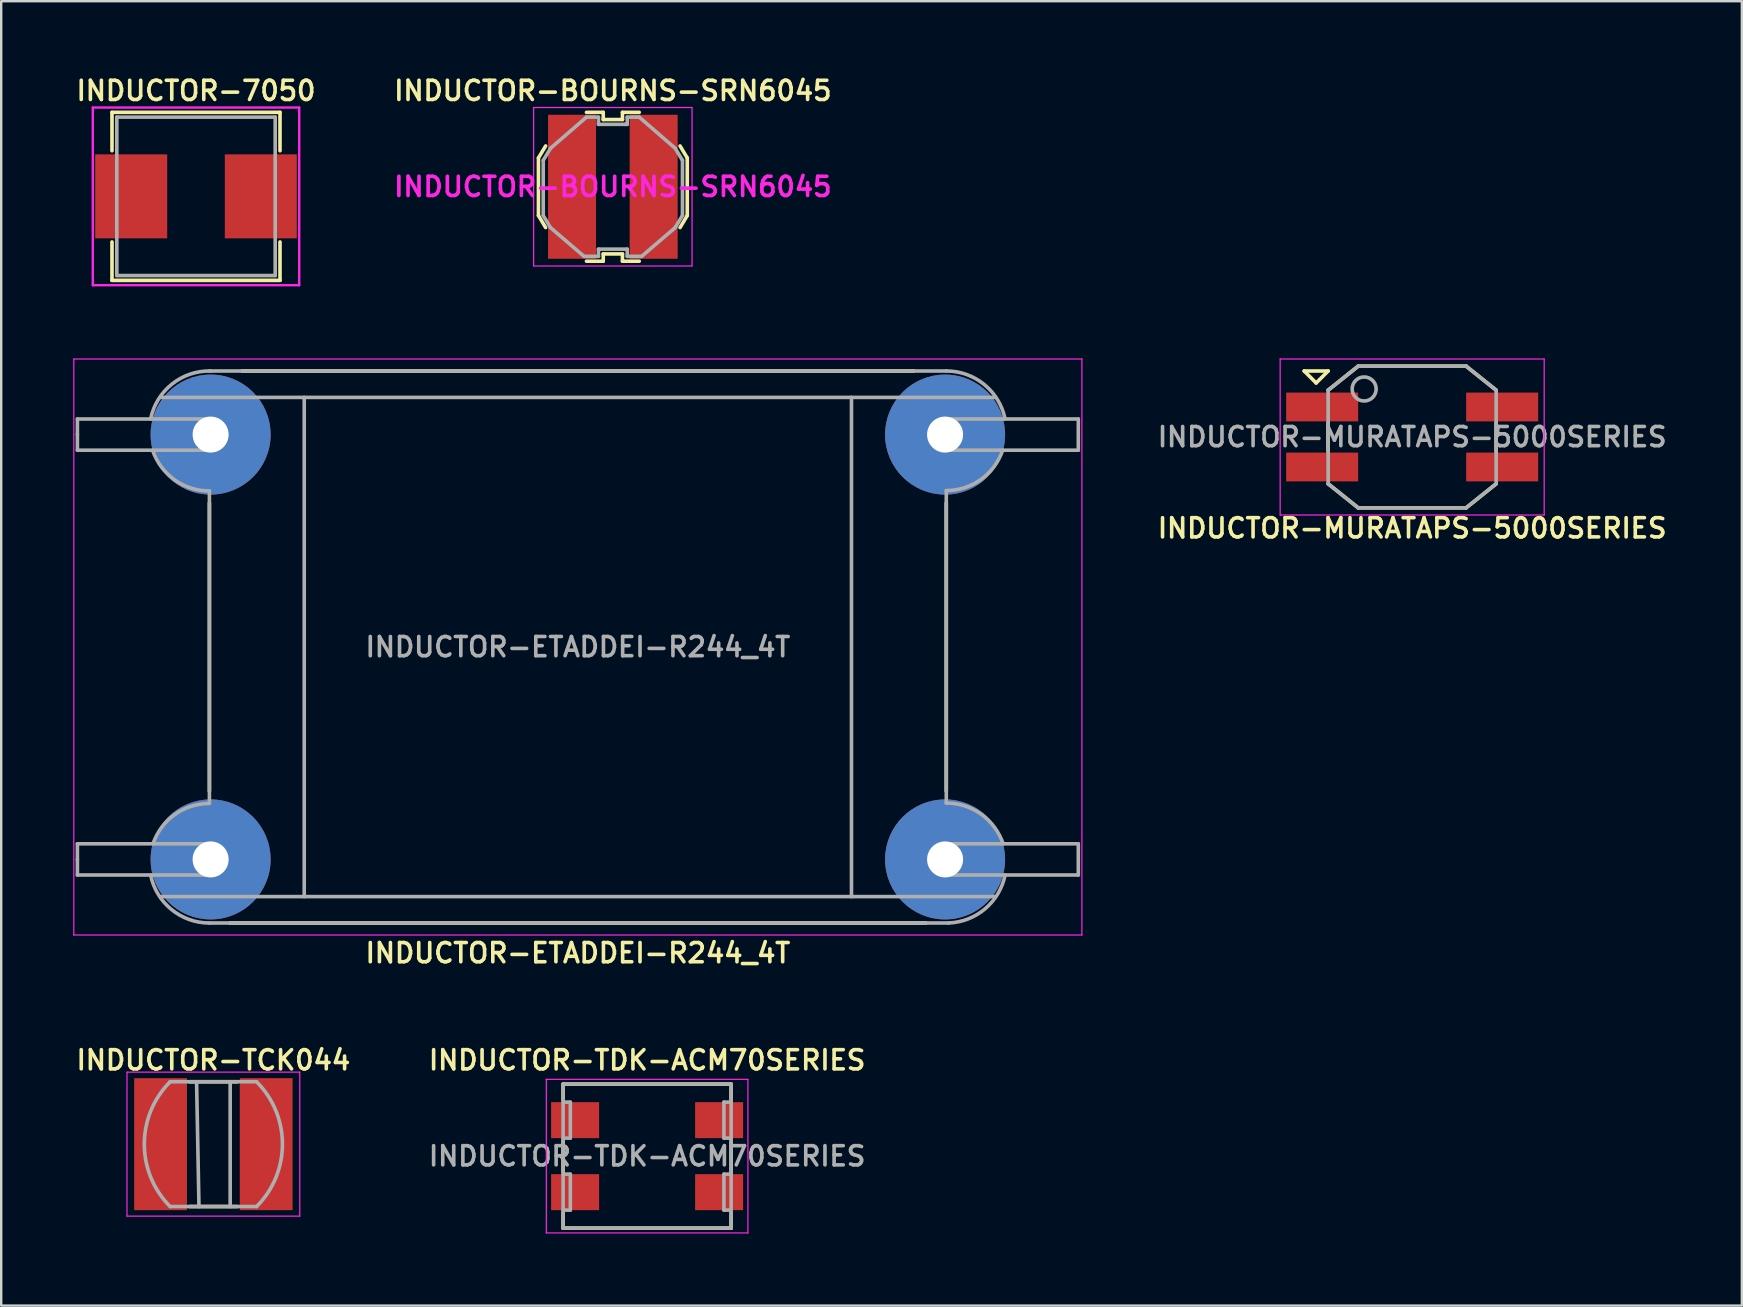
<source format=kicad_pcb>
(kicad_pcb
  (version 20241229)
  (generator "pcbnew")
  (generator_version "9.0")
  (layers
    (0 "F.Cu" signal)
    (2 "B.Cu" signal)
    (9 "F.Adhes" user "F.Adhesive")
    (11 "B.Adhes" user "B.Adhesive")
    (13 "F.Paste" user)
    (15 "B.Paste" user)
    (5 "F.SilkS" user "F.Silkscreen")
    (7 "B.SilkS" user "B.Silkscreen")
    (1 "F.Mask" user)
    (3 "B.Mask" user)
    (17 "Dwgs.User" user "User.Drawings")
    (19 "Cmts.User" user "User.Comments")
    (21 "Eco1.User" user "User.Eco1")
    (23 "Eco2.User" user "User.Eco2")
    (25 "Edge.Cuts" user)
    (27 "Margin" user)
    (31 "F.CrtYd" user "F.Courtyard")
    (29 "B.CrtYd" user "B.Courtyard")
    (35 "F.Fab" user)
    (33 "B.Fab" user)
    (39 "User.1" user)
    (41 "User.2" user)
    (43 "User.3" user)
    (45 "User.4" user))
  (footprint "INDUCTOR-MURATAPS-5000SERIES"
    (layer "F.Cu")
    (at 55.785 15.156)
    (property "Reference" "INDUCTOR-MURATAPS-5000SERIES" (at 0 3.8 0) (layer "F.SilkS") (effects (font (size 0.8 0.8) (thickness 0.15))))
    (attr smd)
    (fp_line (start -4.5 -2.75) (end -3.5 -2.75) (stroke (width 0.15) (type solid)) (layer "F.SilkS"))
    (fp_line (start -4 -2.25) (end -4.5 -2.75) (stroke (width 0.15) (type solid)) (layer "F.SilkS"))
    (fp_line (start -3.5 -2.75) (end -4 -2.25) (stroke (width 0.15) (type solid)) (layer "F.SilkS"))
    (fp_line (start -3.5 -1.95) (end -2.25 -2.95) (stroke (width 0.15) (type solid)) (layer "F.SilkS"))
    (fp_line (start -3.5 -0.6) (end -3.5 0.6) (stroke (width 0.15) (type solid)) (layer "F.SilkS"))
    (fp_line (start -3.5 1.95) (end -2.25 2.95) (stroke (width 0.15) (type solid)) (layer "F.SilkS"))
    (fp_line (start -2.25 -2.95) (end 2.25 -2.95) (stroke (width 0.15) (type solid)) (layer "F.SilkS"))
    (fp_line (start -2.25 2.95) (end 2.25 2.95) (stroke (width 0.15) (type solid)) (layer "F.SilkS"))
    (fp_line (start 2.25 -2.95) (end 3.5 -1.95) (stroke (width 0.15) (type solid)) (layer "F.SilkS"))
    (fp_line (start 2.25 2.95) (end 3.5 1.95) (stroke (width 0.15) (type solid)) (layer "F.SilkS"))
    (fp_line (start 3.5 -0.6) (end 3.5 0.6) (stroke (width 0.15) (type solid)) (layer "F.SilkS"))
    (fp_line (start -5.5 -3.25) (end 5.5 -3.25) (stroke (width 0.05) (type solid)) (layer "F.CrtYd"))
    (fp_line (start -5.5 3.25) (end -5.5 -3.25) (stroke (width 0.05) (type solid)) (layer "F.CrtYd"))
    (fp_line (start 5.5 -3.25) (end 5.5 3.25) (stroke (width 0.05) (type solid)) (layer "F.CrtYd"))
    (fp_line (start 5.5 3.25) (end -5.5 3.25) (stroke (width 0.05) (type solid)) (layer "F.CrtYd"))
    (fp_line (start -3.5 -1.95) (end -3.5 1.95) (stroke (width 0.15) (type solid)) (layer "F.Fab"))
    (fp_line (start -3.5 -1.95) (end -2.25 -2.95) (stroke (width 0.15) (type solid)) (layer "F.Fab"))
    (fp_line (start -3.5 1.95) (end -2.25 2.95) (stroke (width 0.15) (type solid)) (layer "F.Fab"))
    (fp_line (start -2.25 2.95) (end 2.25 2.95) (stroke (width 0.15) (type solid)) (layer "F.Fab"))
    (fp_line (start 2.25 -2.95) (end -2.25 -2.95) (stroke (width 0.15) (type solid)) (layer "F.Fab"))
    (fp_line (start 2.25 -2.95) (end 3.5 -1.95) (stroke (width 0.15) (type solid)) (layer "F.Fab"))
    (fp_line (start 3.5 1.95) (end 2.25 2.95) (stroke (width 0.15) (type solid)) (layer "F.Fab"))
    (fp_line (start 3.5 1.95) (end 3.5 -1.95) (stroke (width 0.15) (type solid)) (layer "F.Fab"))
    (fp_circle (center -2 -2) (end -1.5 -2) (stroke (width 0.15) (type solid)) (fill no) (layer "F.Fab"))
    (fp_text user "${REFERENCE}" (at 0 0 0) (layer "F.Fab") (effects (font (size 0.8 0.8) (thickness 0.15))))
    (pad "1" smd rect (at -3.75 -1.25) (size 3 1.2) (layers "F.Cu" "F.Mask" "F.Paste"))
    (pad "2" smd rect (at -3.75 1.25) (size 3 1.2) (layers "F.Cu" "F.Mask" "F.Paste"))
    (pad "3" smd rect (at 3.75 1.25) (size 3 1.2) (layers "F.Cu" "F.Mask" "F.Paste"))
    (pad "4" smd rect (at 3.75 -1.25) (size 3 1.2) (layers "F.Cu" "F.Mask" "F.Paste")))
  (footprint "INDUCTOR-BOURNS-SRN6045"
    (layer "F.Cu")
    (at 22.483 4.731)
    (property "Reference" "INDUCTOR-BOURNS-SRN6045" (at 0 -4 0) (layer "F.SilkS") (effects (font (size 0.8 0.8) (thickness 0.15))))
    (attr through_hole)
    (fp_line (start -3.1 -1.2) (end -3.1 1.2) (stroke (width 0.15) (type solid)) (layer "F.SilkS"))
    (fp_line (start -3.1 1.2) (end -2.8 1.7) (stroke (width 0.15) (type solid)) (layer "F.SilkS"))
    (fp_line (start -2.8 -1.7) (end -3.1 -1.2) (stroke (width 0.15) (type solid)) (layer "F.SilkS"))
    (fp_line (start -1.1 -3.1) (end -0.4 -3.1) (stroke (width 0.15) (type solid)) (layer "F.SilkS"))
    (fp_line (start -0.4 -3.1) (end -0.4 -2.8) (stroke (width 0.15) (type solid)) (layer "F.SilkS"))
    (fp_line (start -0.4 -2.8) (end 0.4 -2.8) (stroke (width 0.15) (type solid)) (layer "F.SilkS"))
    (fp_line (start -0.4 2.8) (end -0.4 3.1) (stroke (width 0.15) (type solid)) (layer "F.SilkS"))
    (fp_line (start -0.4 3.1) (end -1.1 3.1) (stroke (width 0.15) (type solid)) (layer "F.SilkS"))
    (fp_line (start 0.4 -3.1) (end 1.1 -3.1) (stroke (width 0.15) (type solid)) (layer "F.SilkS"))
    (fp_line (start 0.4 -2.8) (end 0.4 -3.1) (stroke (width 0.15) (type solid)) (layer "F.SilkS"))
    (fp_line (start 0.4 2.8) (end -0.4 2.8) (stroke (width 0.15) (type solid)) (layer "F.SilkS"))
    (fp_line (start 0.4 3.1) (end 0.4 2.8) (stroke (width 0.15) (type solid)) (layer "F.SilkS"))
    (fp_line (start 1.1 3.1) (end 0.4 3.1) (stroke (width 0.15) (type solid)) (layer "F.SilkS"))
    (fp_line (start 3.1 -1.2) (end 2.8 -1.7) (stroke (width 0.15) (type solid)) (layer "F.SilkS"))
    (fp_line (start 3.1 -1.2) (end 3.1 1.2) (stroke (width 0.15) (type solid)) (layer "F.SilkS"))
    (fp_line (start 3.1 1.2) (end 2.8 1.7) (stroke (width 0.15) (type solid)) (layer "F.SilkS"))
    (fp_line (start -3.3 -3.3) (end -3.3 3.3) (stroke (width 0.05) (type solid)) (layer "F.CrtYd"))
    (fp_line (start -3.3 3.3) (end 3.3 3.3) (stroke (width 0.05) (type solid)) (layer "F.CrtYd"))
    (fp_line (start 3.3 -3.3) (end -3.3 -3.3) (stroke (width 0.05) (type solid)) (layer "F.CrtYd"))
    (fp_line (start 3.3 3.3) (end 3.3 -3.3) (stroke (width 0.05) (type solid)) (layer "F.CrtYd"))
    (fp_line (start -2.9 -1.1) (end -2.6 -1.6) (stroke (width 0.15) (type solid)) (layer "F.Fab"))
    (fp_line (start -2.9 1.2) (end -2.9 -1.1) (stroke (width 0.15) (type solid)) (layer "F.Fab"))
    (fp_line (start -2.6 -1.6) (end -1.1 -2.9) (stroke (width 0.15) (type solid)) (layer "F.Fab"))
    (fp_line (start -2.6 1.7) (end -2.9 1.2) (stroke (width 0.15) (type solid)) (layer "F.Fab"))
    (fp_line (start -1.2 2.9) (end -2.6 1.7) (stroke (width 0.15) (type solid)) (layer "F.Fab"))
    (fp_line (start -1.2 2.9) (end -0.6 2.9) (stroke (width 0.15) (type solid)) (layer "F.Fab"))
    (fp_line (start -1.1 -2.9) (end -0.6 -2.9) (stroke (width 0.15) (type solid)) (layer "F.Fab"))
    (fp_line (start -0.6 -2.9) (end -0.6 -2.6) (stroke (width 0.15) (type solid)) (layer "F.Fab"))
    (fp_line (start -0.6 -2.6) (end 0.5 -2.6) (stroke (width 0.15) (type solid)) (layer "F.Fab"))
    (fp_line (start -0.6 2.6) (end 0.6 2.6) (stroke (width 0.15) (type solid)) (layer "F.Fab"))
    (fp_line (start -0.6 2.9) (end -0.6 2.6) (stroke (width 0.15) (type solid)) (layer "F.Fab"))
    (fp_line (start 0.5 -2.6) (end 0.6 -2.6) (stroke (width 0.15) (type solid)) (layer "F.Fab"))
    (fp_line (start 0.6 -2.9) (end 1.1 -2.9) (stroke (width 0.15) (type solid)) (layer "F.Fab"))
    (fp_line (start 0.6 -2.6) (end 0.6 -2.9) (stroke (width 0.15) (type solid)) (layer "F.Fab"))
    (fp_line (start 0.6 2.6) (end 0.6 2.9) (stroke (width 0.15) (type solid)) (layer "F.Fab"))
    (fp_line (start 0.6 2.9) (end 1.2 2.9) (stroke (width 0.15) (type solid)) (layer "F.Fab"))
    (fp_line (start 1.1 -2.9) (end 2.6 -1.6) (stroke (width 0.15) (type solid)) (layer "F.Fab"))
    (fp_line (start 1.2 2.9) (end 2.6 1.7) (stroke (width 0.15) (type solid)) (layer "F.Fab"))
    (fp_line (start 2.6 1.7) (end 2.9 1.2) (stroke (width 0.15) (type solid)) (layer "F.Fab"))
    (fp_line (start 2.9 -1.1) (end 2.6 -1.6) (stroke (width 0.15) (type solid)) (layer "F.Fab"))
    (fp_line (start 2.9 1.2) (end 2.9 -1.1) (stroke (width 0.15) (type solid)) (layer "F.Fab"))
    (fp_text user "${REFERENCE}" (at 0 0 0) (layer "F.CrtYd") (effects (font (size 0.8 0.8) (thickness 0.15))))
    (pad "1" smd rect (at -1.7 0) (size 2 6) (layers "F.Cu" "F.Mask" "F.Paste"))
    (pad "2" smd rect (at 1.7 0) (size 2 6) (layers "F.Cu" "F.Mask" "F.Paste")))
  (footprint "INDUCTOR-7050"
    (layer "F.Cu")
    (at 5.116 5.131)
    (property "Reference" "INDUCTOR-7050" (at 0 -4.4 0) (layer "F.SilkS") (effects (font (size 0.8 0.8) (thickness 0.15))))
    (attr through_hole)
    (fp_line (start -3.5 -3.5) (end 3.5 -3.5) (stroke (width 0.15) (type solid)) (layer "F.SilkS"))
    (fp_line (start -3.5 -1.9) (end -3.5 -3.5) (stroke (width 0.15) (type solid)) (layer "F.SilkS"))
    (fp_line (start -3.5 3.5) (end -3.5 1.9) (stroke (width 0.15) (type solid)) (layer "F.SilkS"))
    (fp_line (start 3.5 -3.5) (end 3.5 -1.9) (stroke (width 0.15) (type solid)) (layer "F.SilkS"))
    (fp_line (start 3.5 1.9) (end 3.5 3.5) (stroke (width 0.15) (type solid)) (layer "F.SilkS"))
    (fp_line (start 3.5 3.5) (end -3.5 3.5) (stroke (width 0.15) (type solid)) (layer "F.SilkS"))
    (fp_line (start -4.3 -3.7) (end 4.3 -3.7) (stroke (width 0.1) (type solid)) (layer "F.CrtYd"))
    (fp_line (start -4.3 3.7) (end -4.3 -3.7) (stroke (width 0.1) (type solid)) (layer "F.CrtYd"))
    (fp_line (start 4.3 -3.7) (end 4.3 3.7) (stroke (width 0.1) (type solid)) (layer "F.CrtYd"))
    (fp_line (start 4.3 3.7) (end -4.3 3.7) (stroke (width 0.1) (type solid)) (layer "F.CrtYd"))
    (fp_line (start -3.3 -3.3) (end -3.3 3.3) (stroke (width 0.15) (type solid)) (layer "F.Fab"))
    (fp_line (start -3.3 3.3) (end 3.3 3.3) (stroke (width 0.15) (type solid)) (layer "F.Fab"))
    (fp_line (start 3.3 -3.3) (end -3.3 -3.3) (stroke (width 0.15) (type solid)) (layer "F.Fab"))
    (fp_line (start 3.3 3.3) (end 3.3 -3.3) (stroke (width 0.15) (type solid)) (layer "F.Fab"))
    (pad "1" smd rect (at -2.7 0) (size 3 3.5) (layers "F.Cu" "F.Mask" "F.Paste"))
    (pad "2" smd rect (at 2.7 0) (size 3 3.5) (layers "F.Cu" "F.Mask" "F.Paste")))
  (footprint "INDUCTOR-ETADDEI-R244_4T"
    (layer "F.Cu")
    (at 21.025 23.906)
    (property "Reference" "INDUCTOR-ETADDEI-R244_4T" (at 0 12.75 0) (layer "F.SilkS") (effects (font (size 0.8 0.8) (thickness 0.15))))
    (attr through_hole)
    (fp_line (start -15.35 6) (end -15.35 -6) (stroke (width 0.15) (type solid)) (layer "F.SilkS"))
    (fp_line (start -14 -11.5) (end 14 -11.5) (stroke (width 0.15) (type solid)) (layer "F.SilkS"))
    (fp_line (start 14.5 11.5) (end -14.5 11.5) (stroke (width 0.15) (type solid)) (layer "F.SilkS"))
    (fp_line (start 15.35 -6) (end 15.35 6) (stroke (width 0.15) (type solid)) (layer "F.SilkS"))
    (fp_line (start -21 -12) (end 21 -12) (stroke (width 0.05) (type solid)) (layer "F.CrtYd"))
    (fp_line (start -21 12) (end -21 -12) (stroke (width 0.05) (type solid)) (layer "F.CrtYd"))
    (fp_line (start 21 -12) (end 21 12) (stroke (width 0.05) (type solid)) (layer "F.CrtYd"))
    (fp_line (start 21 12) (end -21 12) (stroke (width 0.05) (type solid)) (layer "F.CrtYd"))
    (fp_line (start -20.85 -9.5) (end -15.3 -9.5) (stroke (width 0.15) (type solid)) (layer "F.Fab"))
    (fp_line (start -20.85 -8.85) (end -20.85 -9.5) (stroke (width 0.15) (type solid)) (layer "F.Fab"))
    (fp_line (start -20.85 -8.2) (end -20.85 -8.85) (stroke (width 0.15) (type solid)) (layer "F.Fab"))
    (fp_line (start -20.85 8.2) (end -15.3 8.2) (stroke (width 0.15) (type solid)) (layer "F.Fab"))
    (fp_line (start -20.85 8.85) (end -20.85 8.2) (stroke (width 0.15) (type solid)) (layer "F.Fab"))
    (fp_line (start -20.85 9.5) (end -20.85 8.85) (stroke (width 0.15) (type solid)) (layer "F.Fab"))
    (fp_line (start -15.35 -11.5) (end 15.35 -11.5) (stroke (width 0.15) (type solid)) (layer "F.Fab"))
    (fp_line (start -15.35 -6.5) (end -15.35 6.5) (stroke (width 0.15) (type solid)) (layer "F.Fab"))
    (fp_line (start -15.35 11.5) (end 15.45 11.5) (stroke (width 0.15) (type solid)) (layer "F.Fab"))
    (fp_line (start -15.3 -9.5) (end -15.3 -8.2) (stroke (width 0.15) (type solid)) (layer "F.Fab"))
    (fp_line (start -15.3 -8.2) (end -20.85 -8.2) (stroke (width 0.15) (type solid)) (layer "F.Fab"))
    (fp_line (start -15.3 8.2) (end -15.3 9.5) (stroke (width 0.15) (type solid)) (layer "F.Fab"))
    (fp_line (start -15.3 9.5) (end -20.85 9.5) (stroke (width 0.15) (type solid)) (layer "F.Fab"))
    (fp_line (start -11.4 -10.4) (end -11.4 10.4) (stroke (width 0.15) (type solid)) (layer "F.Fab"))
    (fp_line (start 11.4 -10.4) (end 11.4 10.4) (stroke (width 0.15) (type solid)) (layer "F.Fab"))
    (fp_line (start 15.3 -9.5) (end 20.85 -9.5) (stroke (width 0.15) (type solid)) (layer "F.Fab"))
    (fp_line (start 15.3 -8.85) (end 15.3 -9.5) (stroke (width 0.15) (type solid)) (layer "F.Fab"))
    (fp_line (start 15.3 -8.2) (end 15.3 -8.85) (stroke (width 0.15) (type solid)) (layer "F.Fab"))
    (fp_line (start 15.3 8.2) (end 20.85 8.2) (stroke (width 0.15) (type solid)) (layer "F.Fab"))
    (fp_line (start 15.3 8.85) (end 15.3 8.2) (stroke (width 0.15) (type solid)) (layer "F.Fab"))
    (fp_line (start 15.3 9.5) (end 15.3 8.85) (stroke (width 0.15) (type solid)) (layer "F.Fab"))
    (fp_line (start 15.35 6.5) (end 15.35 -6.5) (stroke (width 0.15) (type solid)) (layer "F.Fab"))
    (fp_line (start 17.4 -10.4) (end -17.4 -10.4) (stroke (width 0.15) (type solid)) (layer "F.Fab"))
    (fp_line (start 17.4 10.4) (end -17.4 10.4) (stroke (width 0.15) (type solid)) (layer "F.Fab"))
    (fp_line (start 20.85 -9.5) (end 20.85 -8.2) (stroke (width 0.15) (type solid)) (layer "F.Fab"))
    (fp_line (start 20.85 -8.2) (end 15.3 -8.2) (stroke (width 0.15) (type solid)) (layer "F.Fab"))
    (fp_line (start 20.85 8.2) (end 20.85 9.5) (stroke (width 0.15) (type solid)) (layer "F.Fab"))
    (fp_line (start 20.85 9.5) (end 15.3 9.5) (stroke (width 0.15) (type solid)) (layer "F.Fab"))
    (fp_arc (start -17.8 -9.5) (mid -16.91205 -10.952562) (end -15.3 -11.5) (stroke (width 0.15) (type solid)) (layer "F.Fab"))
    (fp_arc (start -17.7 8.2) (mid -16.795086 6.981529) (end -15.35 6.517562) (stroke (width 0.15) (type solid)) (layer "F.Fab"))
    (fp_arc (start -15.35 -6.5) (mid -16.80531 -6.96725) (end -17.716625 -8.194341) (stroke (width 0.15) (type solid)) (layer "F.Fab"))
    (fp_arc (start -15.35 11.5) (mid -16.931178 10.936459) (end -17.79951 9.4999) (stroke (width 0.15) (type solid)) (layer "F.Fab"))
    (fp_arc (start 15.35 -11.5) (mid 16.931178 -10.936459) (end 17.79951 -9.4999) (stroke (width 0.15) (type solid)) (layer "F.Fab"))
    (fp_arc (start 15.35 6.5) (mid 16.80531 6.96725) (end 17.716625 8.194341) (stroke (width 0.15) (type solid)) (layer "F.Fab"))
    (fp_arc (start 17.7 -8.2) (mid 16.795086 -6.981529) (end 15.35 -6.517562) (stroke (width 0.15) (type solid)) (layer "F.Fab"))
    (fp_arc (start 17.8 9.5) (mid 16.969892 10.904849) (end 15.44994 11.498502) (stroke (width 0.15) (type solid)) (layer "F.Fab"))
    (fp_text user "${REFERENCE}" (at 0 0 0) (layer "F.Fab") (effects (font (size 0.8 0.8) (thickness 0.15))))
    (pad "1" thru_hole circle (at -15.3 -8.85) (size 5 5) (drill 1.5) (layers "*.Cu" "*.Mask"))
    (pad "1" thru_hole circle (at -15.3 8.85) (size 5 5) (drill 1.5) (layers "*.Cu" "*.Mask"))
    (pad "2" thru_hole circle (at 15.3 -8.85) (size 5 5) (drill 1.5) (layers "*.Cu" "*.Mask"))
    (pad "2" thru_hole circle (at 15.3 8.85) (size 5 5) (drill 1.5) (layers "*.Cu" "*.Mask")))
  (footprint "INDUCTOR-TCK044"
    (layer "F.Cu")
    (at 5.84 44.619)
    (property "Reference" "INDUCTOR-TCK044" (at 0 -3.5 0) (layer "F.SilkS") (effects (font (size 0.8 0.8) (thickness 0.15))))
    (attr through_hole)
    (fp_line (start -1 -2.6) (end 1 -2.6) (stroke (width 0.15) (type solid)) (layer "F.SilkS"))
    (fp_line (start -1 2.6) (end 1 2.6) (stroke (width 0.15) (type solid)) (layer "F.SilkS"))
    (fp_line (start -3.6 -3) (end 3.6 -3) (stroke (width 0.05) (type solid)) (layer "F.CrtYd"))
    (fp_line (start -3.6 3) (end -3.6 -3) (stroke (width 0.05) (type solid)) (layer "F.CrtYd"))
    (fp_line (start 3.6 -3) (end 3.6 3) (stroke (width 0.05) (type solid)) (layer "F.CrtYd"))
    (fp_line (start 3.6 3) (end -3.6 3) (stroke (width 0.05) (type solid)) (layer "F.CrtYd"))
    (fp_line (start -1.8 -2.6) (end 1.8 -2.6) (stroke (width 0.15) (type solid)) (layer "F.Fab"))
    (fp_line (start -1.8 2.6) (end 1.8 2.6) (stroke (width 0.15) (type solid)) (layer "F.Fab"))
    (fp_line (start -0.7 -2.6) (end -0.6 2.6) (stroke (width 0.15) (type solid)) (layer "F.Fab"))
    (fp_line (start 0.7 2.6) (end 0.7 -2.6) (stroke (width 0.15) (type solid)) (layer "F.Fab"))
    (fp_arc (start -1.8 2.6) (mid -2.876955 0) (end -1.8 -2.6) (stroke (width 0.15) (type solid)) (layer "F.Fab"))
    (fp_arc (start 1.8 -2.6) (mid 2.876955 0) (end 1.8 2.6) (stroke (width 0.15) (type solid)) (layer "F.Fab"))
    (pad "1" smd rect (at -2.2 0) (size 2.2 5.5) (layers "F.Cu" "F.Mask" "F.Paste"))
    (pad "2" smd rect (at 2.2 0) (size 2.2 5.5) (layers "F.Cu" "F.Mask" "F.Paste")))
  (footprint "INDUCTOR-TDK-ACM70SERIES"
    (layer "F.Cu")
    (at 23.911 45.119)
    (property "Reference" "INDUCTOR-TDK-ACM70SERIES" (at 0 -4 0) (layer "F.SilkS") (effects (font (size 0.8 0.8) (thickness 0.15))))
    (attr smd)
    (fp_line (start -3.5 -3) (end 3.5 -3) (stroke (width 0.15) (type solid)) (layer "F.SilkS"))
    (fp_line (start -3.5 -2.35) (end -3.5 -3) (stroke (width 0.15) (type solid)) (layer "F.SilkS"))
    (fp_line (start -3.5 -0.65) (end -3.5 0.65) (stroke (width 0.15) (type solid)) (layer "F.SilkS"))
    (fp_line (start -3.5 2.35) (end -3.5 3) (stroke (width 0.15) (type solid)) (layer "F.SilkS"))
    (fp_line (start -3.5 3) (end 3.5 3) (stroke (width 0.15) (type solid)) (layer "F.SilkS"))
    (fp_line (start 3.5 -3) (end 3.5 -2.35) (stroke (width 0.15) (type solid)) (layer "F.SilkS"))
    (fp_line (start 3.5 -0.65) (end 3.5 0.65) (stroke (width 0.15) (type solid)) (layer "F.SilkS"))
    (fp_line (start 3.5 3) (end 3.5 2.35) (stroke (width 0.15) (type solid)) (layer "F.SilkS"))
    (fp_line (start -4.2 -3.2) (end 4.2 -3.2) (stroke (width 0.05) (type solid)) (layer "F.CrtYd"))
    (fp_line (start -4.2 3.2) (end -4.2 -3.2) (stroke (width 0.05) (type solid)) (layer "F.CrtYd"))
    (fp_line (start 4.2 -3.2) (end 4.2 3.2) (stroke (width 0.05) (type solid)) (layer "F.CrtYd"))
    (fp_line (start 4.2 3.2) (end -4.2 3.2) (stroke (width 0.05) (type solid)) (layer "F.CrtYd"))
    (fp_line (start -3.5 -3) (end -3.5 3) (stroke (width 0.15) (type solid)) (layer "F.Fab"))
    (fp_line (start -3.5 -2.25) (end -3.2 -2.25) (stroke (width 0.15) (type solid)) (layer "F.Fab"))
    (fp_line (start -3.5 0.75) (end -3.2 0.75) (stroke (width 0.15) (type solid)) (layer "F.Fab"))
    (fp_line (start -3.5 3) (end 3.5 3) (stroke (width 0.15) (type solid)) (layer "F.Fab"))
    (fp_line (start -3.2 -2.25) (end -3.2 -0.75) (stroke (width 0.15) (type solid)) (layer "F.Fab"))
    (fp_line (start -3.2 -0.75) (end -3.5 -0.75) (stroke (width 0.15) (type solid)) (layer "F.Fab"))
    (fp_line (start -3.2 0.75) (end -3.2 2.25) (stroke (width 0.15) (type solid)) (layer "F.Fab"))
    (fp_line (start -3.2 2.25) (end -3.5 2.25) (stroke (width 0.15) (type solid)) (layer "F.Fab"))
    (fp_line (start 3.2 -2.25) (end 3.2 -0.75) (stroke (width 0.15) (type solid)) (layer "F.Fab"))
    (fp_line (start 3.2 -0.75) (end 3.5 -0.75) (stroke (width 0.15) (type solid)) (layer "F.Fab"))
    (fp_line (start 3.2 0.75) (end 3.2 2.25) (stroke (width 0.15) (type solid)) (layer "F.Fab"))
    (fp_line (start 3.2 2.25) (end 3.5 2.25) (stroke (width 0.15) (type solid)) (layer "F.Fab"))
    (fp_line (start 3.5 -3) (end -3.5 -3) (stroke (width 0.15) (type solid)) (layer "F.Fab"))
    (fp_line (start 3.5 -2.25) (end 3.2 -2.25) (stroke (width 0.15) (type solid)) (layer "F.Fab"))
    (fp_line (start 3.5 0.75) (end 3.2 0.75) (stroke (width 0.15) (type solid)) (layer "F.Fab"))
    (fp_line (start 3.5 3) (end 3.5 -3) (stroke (width 0.15) (type solid)) (layer "F.Fab"))
    (fp_text user "${REFERENCE}" (at 0 0 0) (layer "F.Fab") (effects (font (size 0.8 0.8) (thickness 0.15))))
    (pad "1" smd rect (at -3 -1.5) (size 2 1.5) (layers "F.Cu" "F.Mask" "F.Paste"))
    (pad "2" smd rect (at -3 1.5) (size 2 1.5) (layers "F.Cu" "F.Mask" "F.Paste"))
    (pad "3" smd rect (at 3 1.5) (size 2 1.5) (layers "F.Cu" "F.Mask" "F.Paste"))
    (pad "4" smd rect (at 3 -1.5) (size 2 1.5) (layers "F.Cu" "F.Mask" "F.Paste")))
  (gr_rect
    (start -3 -3)
    (end 69.521 51.344)
    (stroke (width 0.1) (type default))
    (fill no)
    (layer "Edge.Cuts")))
</source>
